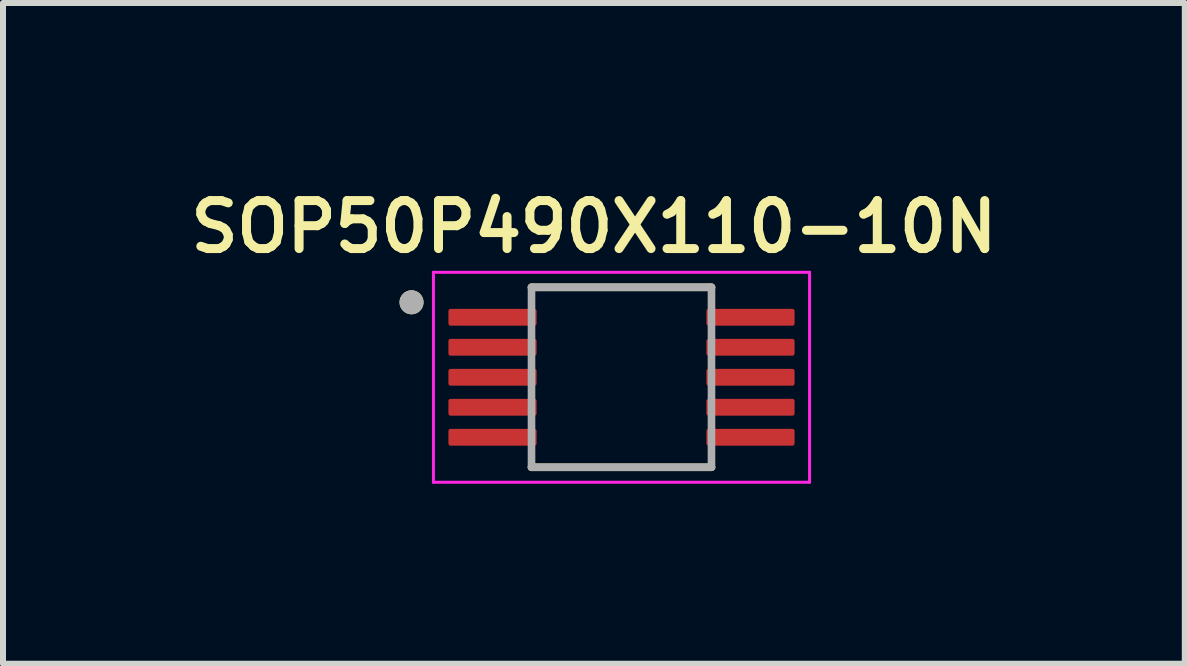
<source format=kicad_pcb>
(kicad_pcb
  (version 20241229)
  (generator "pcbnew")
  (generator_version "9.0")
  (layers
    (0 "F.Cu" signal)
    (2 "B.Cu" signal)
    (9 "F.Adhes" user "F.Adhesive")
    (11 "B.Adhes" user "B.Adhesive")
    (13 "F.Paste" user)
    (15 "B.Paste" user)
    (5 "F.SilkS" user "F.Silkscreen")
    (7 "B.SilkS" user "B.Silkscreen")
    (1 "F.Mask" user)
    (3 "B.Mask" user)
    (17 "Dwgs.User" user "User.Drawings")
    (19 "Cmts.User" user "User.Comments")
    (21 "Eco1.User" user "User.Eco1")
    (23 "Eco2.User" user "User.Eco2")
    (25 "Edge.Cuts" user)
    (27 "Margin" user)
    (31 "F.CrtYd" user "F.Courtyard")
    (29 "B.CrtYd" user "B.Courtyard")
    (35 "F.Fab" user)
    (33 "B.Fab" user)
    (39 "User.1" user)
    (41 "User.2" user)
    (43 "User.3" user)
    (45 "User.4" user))
  (footprint "SOP50P490X110-10N"
    (layer "F.Cu")
    (at 7.31 3.239)
    (property "Reference" "SOP50P490X110-10N" (at -0.46 -2.508 0) (layer "F.SilkS") (effects (font (size 0.8 0.8) (thickness 0.15))))
    (attr smd)
    (fp_line (start -1.5 -1.5) (end 1.5 -1.5) (stroke (width 0.127) (type solid)) (layer "F.SilkS"))
    (fp_line (start -1.5 1.5) (end 1.5 1.5) (stroke (width 0.127) (type solid)) (layer "F.SilkS"))
    (fp_circle (center -3.5 -1.25) (end -3.4 -1.25) (stroke (width 0.2) (type solid)) (fill no) (layer "F.SilkS"))
    (fp_line (start -3.135 -1.75) (end -3.135 1.75) (stroke (width 0.05) (type solid)) (layer "F.CrtYd"))
    (fp_line (start -3.135 -1.75) (end 3.135 -1.75) (stroke (width 0.05) (type solid)) (layer "F.CrtYd"))
    (fp_line (start -3.135 1.75) (end 3.135 1.75) (stroke (width 0.05) (type solid)) (layer "F.CrtYd"))
    (fp_line (start 3.135 -1.75) (end 3.135 1.75) (stroke (width 0.05) (type solid)) (layer "F.CrtYd"))
    (fp_line (start -1.5 -1.5) (end -1.5 1.5) (stroke (width 0.127) (type solid)) (layer "F.Fab"))
    (fp_line (start -1.5 -1.5) (end 1.5 -1.5) (stroke (width 0.127) (type solid)) (layer "F.Fab"))
    (fp_line (start -1.5 1.5) (end 1.5 1.5) (stroke (width 0.127) (type solid)) (layer "F.Fab"))
    (fp_line (start 1.5 -1.5) (end 1.5 1.5) (stroke (width 0.127) (type solid)) (layer "F.Fab"))
    (fp_circle (center -3.5 -1.25) (end -3.4 -1.25) (stroke (width 0.2) (type solid)) (fill no) (layer "F.Fab"))
    (pad "1" smd roundrect (at -2.15 -1) (size 1.47 0.28) (layers "F.Cu" "F.Mask" "F.Paste") (roundrect_rratio 0.125))
    (pad "2" smd roundrect (at -2.15 -0.5) (size 1.47 0.28) (layers "F.Cu" "F.Mask" "F.Paste") (roundrect_rratio 0.125))
    (pad "3" smd roundrect (at -2.15 0) (size 1.47 0.28) (layers "F.Cu" "F.Mask" "F.Paste") (roundrect_rratio 0.125))
    (pad "4" smd roundrect (at -2.15 0.5) (size 1.47 0.28) (layers "F.Cu" "F.Mask" "F.Paste") (roundrect_rratio 0.125))
    (pad "5" smd roundrect (at -2.15 1) (size 1.47 0.28) (layers "F.Cu" "F.Mask" "F.Paste") (roundrect_rratio 0.125))
    (pad "6" smd roundrect (at 2.15 1) (size 1.47 0.28) (layers "F.Cu" "F.Mask" "F.Paste") (roundrect_rratio 0.125))
    (pad "7" smd roundrect (at 2.15 0.5) (size 1.47 0.28) (layers "F.Cu" "F.Mask" "F.Paste") (roundrect_rratio 0.125))
    (pad "8" smd roundrect (at 2.15 0) (size 1.47 0.28) (layers "F.Cu" "F.Mask" "F.Paste") (roundrect_rratio 0.125))
    (pad "9" smd roundrect (at 2.15 -0.5) (size 1.47 0.28) (layers "F.Cu" "F.Mask" "F.Paste") (roundrect_rratio 0.125))
    (pad "10" smd roundrect (at 2.15 -1) (size 1.47 0.28) (layers "F.Cu" "F.Mask" "F.Paste") (roundrect_rratio 0.125)))
  (gr_rect
    (start -3 -3)
    (end 16.7 8.014)
    (stroke (width 0.1) (type default))
    (fill no)
    (layer "Edge.Cuts")))
</source>
